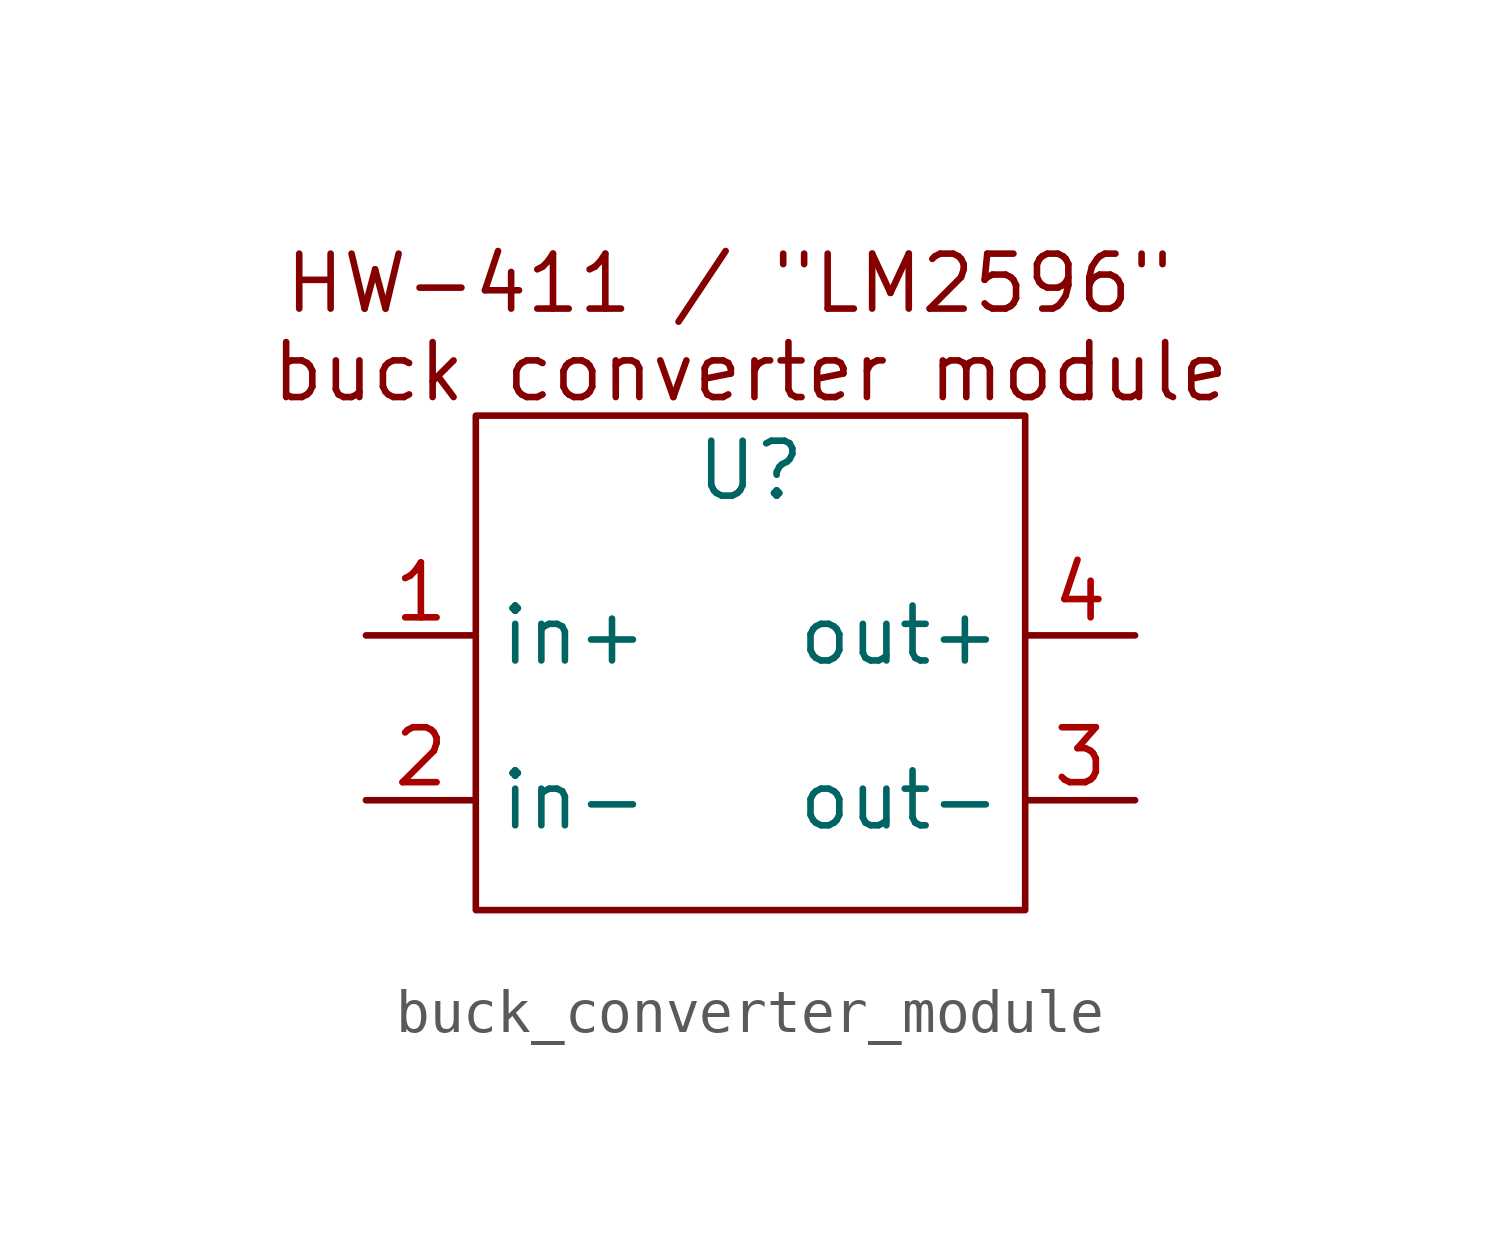
<source format=kicad_sym>
(kicad_symbol_lib
  (version 20241209)
  (generator "kicad_symbol_editor")
  (generator_version "9.0")
  (symbol "buck_converter_module"
    (property "Reference" "U"
      (at 0 1.27 0)
      (effects (font (size 1.27 1.27))))
    (symbol "buck_converter_module_0_1"
      (rectangle (start -6.35 2.54) (end 6.35 -8.89) (stroke (width 0) (type default)) (fill (type none))))
    (symbol "buck_converter_module_1_1"
      (text "HW-411 / \"LM2596\" \nbuck converter module" (at 0 4.572 0) (effects (font (size 1.27 1.27))))
      (pin power_in line (at -8.89 -2.54 0) (length 2.54) (name "in+" (effects (font (size 1.27 1.27)))) (number "1" (effects (font (size 1.27 1.27)))))
      (pin power_in line (at -8.89 -6.35 0) (length 2.54) (name "in-" (effects (font (size 1.27 1.27)))) (number "2" (effects (font (size 1.27 1.27)))))
      (pin power_out line (at 8.89 -2.54 180) (length 2.54) (name "out+" (effects (font (size 1.27 1.27)))) (number "4" (effects (font (size 1.27 1.27)))))
      (pin power_out line (at 8.89 -6.35 180) (length 2.54) (name "out-" (effects (font (size 1.27 1.27)))) (number "3" (effects (font (size 1.27 1.27))))))))
</source>
